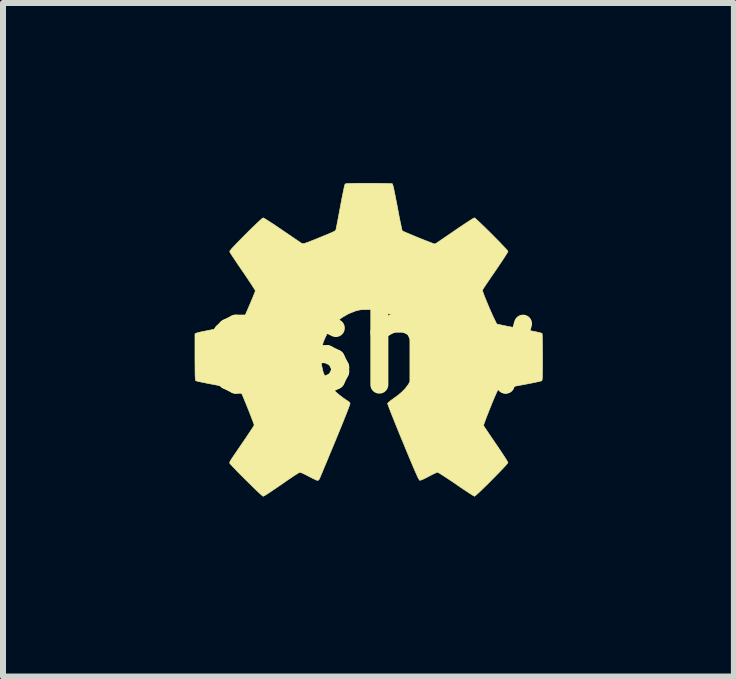
<source format=kicad_pcb>
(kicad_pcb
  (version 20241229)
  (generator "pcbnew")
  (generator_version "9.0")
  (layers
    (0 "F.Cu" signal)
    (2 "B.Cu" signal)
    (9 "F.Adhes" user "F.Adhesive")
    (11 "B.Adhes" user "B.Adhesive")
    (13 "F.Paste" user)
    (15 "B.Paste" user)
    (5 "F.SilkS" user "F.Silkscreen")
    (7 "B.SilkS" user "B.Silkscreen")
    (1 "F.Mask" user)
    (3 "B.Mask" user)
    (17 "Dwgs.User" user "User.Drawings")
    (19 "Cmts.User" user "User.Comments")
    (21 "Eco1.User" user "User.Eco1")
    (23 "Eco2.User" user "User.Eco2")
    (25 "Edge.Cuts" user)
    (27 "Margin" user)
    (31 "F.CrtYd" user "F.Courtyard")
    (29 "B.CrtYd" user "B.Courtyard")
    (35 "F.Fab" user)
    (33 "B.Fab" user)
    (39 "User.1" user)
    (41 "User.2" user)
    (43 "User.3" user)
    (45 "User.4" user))
  (footprint "oshw"
    (layer "F.Cu")
    (at 3.092 2.672)
    (property "Reference" "oshw" (at 0 0 0) (layer "F.SilkS") (effects (font (size 1.524 1.524) (thickness 0.3))))
    (attr through_hole)
    (fp_poly (pts (xy 0.089 -2.667) (xy 0.167 -2.666) (xy 0.238 -2.665) (xy 0.299 -2.664) (xy 0.347 -2.662) (xy 0.381 -2.661) (xy 0.397 -2.659) (xy 0.398 -2.659) (xy 0.403 -2.647) (xy 0.411 -2.618) (xy 0.422 -2.572) (xy 0.435 -2.51) (xy 0.45 -2.435) (xy 0.467 -2.348) (xy 0.483 -2.268) (xy 0.498 -2.183) (xy 0.513 -2.105) (xy 0.527 -2.035) (xy 0.54 -1.975) (xy 0.55 -1.927) (xy 0.557 -1.894) (xy 0.562 -1.877) (xy 0.563 -1.875) (xy 0.575 -1.869) (xy 0.602 -1.856) (xy 0.642 -1.839) (xy 0.691 -1.818) (xy 0.747 -1.795) (xy 0.807 -1.77) (xy 0.868 -1.745) (xy 0.928 -1.721) (xy 0.983 -1.7) (xy 1.032 -1.681) (xy 1.071 -1.666) (xy 1.098 -1.657) (xy 1.109 -1.655) (xy 1.109 -1.655) (xy 1.119 -1.661) (xy 1.144 -1.677) (xy 1.181 -1.702) (xy 1.228 -1.734) (xy 1.285 -1.773) (xy 1.348 -1.816) (xy 1.417 -1.863) (xy 1.434 -1.875) (xy 1.504 -1.923) (xy 1.57 -1.967) (xy 1.629 -2.006) (xy 1.679 -2.039) (xy 1.72 -2.065) (xy 1.749 -2.083) (xy 1.764 -2.09) (xy 1.766 -2.091) (xy 1.777 -2.084) (xy 1.799 -2.065) (xy 1.832 -2.035) (xy 1.872 -1.997) (xy 1.919 -1.952) (xy 1.97 -1.902) (xy 2.024 -1.849) (xy 2.078 -1.795) (xy 2.131 -1.741) (xy 2.182 -1.69) (xy 2.227 -1.642) (xy 2.266 -1.601) (xy 2.297 -1.568) (xy 2.317 -1.544) (xy 2.325 -1.531) (xy 2.325 -1.531) (xy 2.32 -1.519) (xy 2.304 -1.493) (xy 2.28 -1.455) (xy 2.249 -1.407) (xy 2.211 -1.35) (xy 2.168 -1.286) (xy 2.122 -1.218) (xy 2.119 -1.213) (xy 2.072 -1.145) (xy 2.028 -1.081) (xy 1.989 -1.023) (xy 1.955 -0.973) (xy 1.929 -0.934) (xy 1.911 -0.906) (xy 1.903 -0.893) (xy 1.903 -0.893) (xy 1.902 -0.884) (xy 1.904 -0.869) (xy 1.91 -0.846) (xy 1.922 -0.813) (xy 1.939 -0.769) (xy 1.962 -0.712) (xy 1.993 -0.639) (xy 2.009 -0.601) (xy 2.04 -0.529) (xy 2.069 -0.464) (xy 2.095 -0.409) (xy 2.116 -0.366) (xy 2.131 -0.336) (xy 2.141 -0.322) (xy 2.142 -0.321) (xy 2.155 -0.317) (xy 2.185 -0.311) (xy 2.23 -0.301) (xy 2.288 -0.289) (xy 2.355 -0.276) (xy 2.431 -0.261) (xy 2.513 -0.246) (xy 2.522 -0.244) (xy 2.616 -0.227) (xy 2.698 -0.21) (xy 2.768 -0.196) (xy 2.824 -0.184) (xy 2.864 -0.174) (xy 2.888 -0.167) (xy 2.893 -0.164) (xy 2.895 -0.152) (xy 2.897 -0.122) (xy 2.898 -0.077) (xy 2.899 -0.02) (xy 2.9 0.049) (xy 2.901 0.126) (xy 2.901 0.21) (xy 2.901 0.231) (xy 2.901 0.33) (xy 2.901 0.411) (xy 2.9 0.476) (xy 2.899 0.527) (xy 2.898 0.565) (xy 2.896 0.592) (xy 2.894 0.61) (xy 2.89 0.621) (xy 2.888 0.625) (xy 2.875 0.629) (xy 2.846 0.636) (xy 2.801 0.646) (xy 2.745 0.658) (xy 2.678 0.671) (xy 2.603 0.686) (xy 2.524 0.7) (xy 2.435 0.717) (xy 2.355 0.733) (xy 2.287 0.747) (xy 2.231 0.759) (xy 2.189 0.769) (xy 2.164 0.776) (xy 2.157 0.779) (xy 2.149 0.792) (xy 2.136 0.819) (xy 2.118 0.86) (xy 2.096 0.91) (xy 2.072 0.967) (xy 2.047 1.029) (xy 2.021 1.094) (xy 1.996 1.157) (xy 1.972 1.217) (xy 1.952 1.271) (xy 1.935 1.316) (xy 1.924 1.35) (xy 1.919 1.369) (xy 1.918 1.373) (xy 1.925 1.383) (xy 1.941 1.408) (xy 1.966 1.445) (xy 1.998 1.493) (xy 2.036 1.549) (xy 2.079 1.612) (xy 2.124 1.678) (xy 2.17 1.746) (xy 2.213 1.809) (xy 2.25 1.866) (xy 2.281 1.914) (xy 2.305 1.952) (xy 2.32 1.978) (xy 2.325 1.99) (xy 2.318 2) (xy 2.299 2.023) (xy 2.27 2.056) (xy 2.232 2.096) (xy 2.187 2.143) (xy 2.137 2.194) (xy 2.084 2.248) (xy 2.03 2.302) (xy 1.977 2.356) (xy 1.925 2.406) (xy 1.878 2.452) (xy 1.837 2.491) (xy 1.803 2.521) (xy 1.78 2.541) (xy 1.767 2.55) (xy 1.767 2.55) (xy 1.756 2.544) (xy 1.73 2.529) (xy 1.693 2.505) (xy 1.645 2.474) (xy 1.588 2.436) (xy 1.525 2.394) (xy 1.46 2.349) (xy 1.393 2.303) (xy 1.33 2.261) (xy 1.273 2.224) (xy 1.225 2.193) (xy 1.188 2.169) (xy 1.163 2.154) (xy 1.152 2.149) (xy 1.137 2.154) (xy 1.109 2.166) (xy 1.071 2.184) (xy 1.027 2.207) (xy 1.006 2.218) (xy 0.957 2.244) (xy 0.914 2.264) (xy 0.881 2.278) (xy 0.86 2.284) (xy 0.857 2.284) (xy 0.852 2.281) (xy 0.846 2.274) (xy 0.837 2.26) (xy 0.826 2.24) (xy 0.812 2.21) (xy 0.795 2.171) (xy 0.773 2.122) (xy 0.746 2.06) (xy 0.715 1.985) (xy 0.677 1.896) (xy 0.634 1.792) (xy 0.584 1.67) (xy 0.575 1.649) (xy 0.531 1.543) (xy 0.49 1.443) (xy 0.452 1.349) (xy 0.418 1.263) (xy 0.387 1.187) (xy 0.362 1.122) (xy 0.342 1.07) (xy 0.328 1.031) (xy 0.32 1.008) (xy 0.319 1.002) (xy 0.329 0.99) (xy 0.351 0.971) (xy 0.383 0.946) (xy 0.414 0.924) (xy 0.495 0.865) (xy 0.561 0.808) (xy 0.616 0.751) (xy 0.662 0.69) (xy 0.704 0.622) (xy 0.725 0.583) (xy 0.771 0.47) (xy 0.798 0.354) (xy 0.808 0.236) (xy 0.799 0.119) (xy 0.773 0.004) (xy 0.73 -0.107) (xy 0.67 -0.212) (xy 0.594 -0.308) (xy 0.588 -0.315) (xy 0.496 -0.398) (xy 0.394 -0.466) (xy 0.28 -0.52) (xy 0.224 -0.539) (xy 0.192 -0.548) (xy 0.162 -0.555) (xy 0.129 -0.559) (xy 0.087 -0.561) (xy 0.034 -0.562) (xy 0.005 -0.562) (xy -0.056 -0.561) (xy -0.102 -0.56) (xy -0.138 -0.557) (xy -0.169 -0.551) (xy -0.2 -0.543) (xy -0.215 -0.539) (xy -0.334 -0.492) (xy -0.442 -0.429) (xy -0.539 -0.352) (xy -0.621 -0.262) (xy -0.69 -0.158) (xy -0.709 -0.122) (xy -0.749 -0.032) (xy -0.775 0.053) (xy -0.789 0.141) (xy -0.793 0.234) (xy -0.783 0.36) (xy -0.756 0.479) (xy -0.71 0.591) (xy -0.647 0.696) (xy -0.569 0.788) (xy -0.534 0.821) (xy -0.489 0.859) (xy -0.439 0.898) (xy -0.39 0.933) (xy -0.349 0.96) (xy -0.344 0.963) (xy -0.321 0.98) (xy -0.308 0.999) (xy -0.307 1.001) (xy -0.31 1.014) (xy -0.32 1.044) (xy -0.337 1.09) (xy -0.36 1.151) (xy -0.39 1.226) (xy -0.425 1.314) (xy -0.466 1.414) (xy -0.511 1.525) (xy -0.556 1.634) (xy -0.599 1.738) (xy -0.641 1.837) (xy -0.679 1.93) (xy -0.714 2.014) (xy -0.746 2.089) (xy -0.772 2.153) (xy -0.794 2.204) (xy -0.809 2.241) (xy -0.819 2.262) (xy -0.821 2.267) (xy -0.836 2.282) (xy -0.85 2.286) (xy -0.864 2.282) (xy -0.893 2.269) (xy -0.931 2.251) (xy -0.976 2.228) (xy -0.997 2.217) (xy -1.054 2.187) (xy -1.099 2.166) (xy -1.131 2.154) (xy -1.146 2.152) (xy -1.16 2.158) (xy -1.187 2.174) (xy -1.226 2.199) (xy -1.272 2.229) (xy -1.325 2.265) (xy -1.358 2.287) (xy -1.448 2.35) (xy -1.524 2.402) (xy -1.586 2.444) (xy -1.636 2.478) (xy -1.675 2.504) (xy -1.705 2.523) (xy -1.727 2.537) (xy -1.743 2.545) (xy -1.752 2.549) (xy -1.757 2.55) (xy -1.767 2.543) (xy -1.789 2.524) (xy -1.822 2.494) (xy -1.864 2.455) (xy -1.913 2.407) (xy -1.968 2.354) (xy -2.027 2.295) (xy -2.039 2.284) (xy -2.099 2.224) (xy -2.154 2.168) (xy -2.203 2.118) (xy -2.245 2.074) (xy -2.278 2.039) (xy -2.3 2.015) (xy -2.311 2.002) (xy -2.311 2.001) (xy -2.313 1.995) (xy -2.313 1.989) (xy -2.312 1.982) (xy -2.307 1.971) (xy -2.299 1.955) (xy -2.285 1.933) (xy -2.265 1.903) (xy -2.238 1.863) (xy -2.203 1.812) (xy -2.16 1.748) (xy -2.106 1.669) (xy -2.101 1.662) (xy -2.055 1.595) (xy -2.014 1.534) (xy -1.977 1.478) (xy -1.946 1.432) (xy -1.923 1.395) (xy -1.909 1.372) (xy -1.905 1.362) (xy -1.909 1.35) (xy -1.918 1.322) (xy -1.934 1.28) (xy -1.954 1.228) (xy -1.978 1.166) (xy -2.005 1.098) (xy -2.019 1.064) (xy -2.053 0.979) (xy -2.081 0.912) (xy -2.103 0.859) (xy -2.121 0.82) (xy -2.135 0.794) (xy -2.145 0.778) (xy -2.153 0.771) (xy -2.167 0.768) (xy -2.198 0.761) (xy -2.244 0.751) (xy -2.302 0.74) (xy -2.37 0.727) (xy -2.445 0.713) (xy -2.519 0.699) (xy -2.599 0.684) (xy -2.674 0.67) (xy -2.74 0.656) (xy -2.796 0.645) (xy -2.839 0.635) (xy -2.867 0.628) (xy -2.878 0.624) (xy -2.882 0.618) (xy -2.885 0.605) (xy -2.887 0.583) (xy -2.889 0.551) (xy -2.89 0.507) (xy -2.891 0.449) (xy -2.891 0.376) (xy -2.892 0.286) (xy -2.892 0.229) (xy -2.892 -0.156) (xy -2.87 -0.169) (xy -2.855 -0.174) (xy -2.824 -0.182) (xy -2.778 -0.192) (xy -2.72 -0.204) (xy -2.651 -0.218) (xy -2.575 -0.233) (xy -2.493 -0.248) (xy -2.491 -0.248) (xy -2.41 -0.264) (xy -2.334 -0.278) (xy -2.267 -0.292) (xy -2.21 -0.304) (xy -2.165 -0.314) (xy -2.135 -0.321) (xy -2.122 -0.326) (xy -2.122 -0.326) (xy -2.115 -0.338) (xy -2.102 -0.365) (xy -2.084 -0.405) (xy -2.061 -0.454) (xy -2.036 -0.511) (xy -2.01 -0.571) (xy -1.983 -0.633) (xy -1.958 -0.693) (xy -1.934 -0.75) (xy -1.914 -0.799) (xy -1.898 -0.838) (xy -1.889 -0.865) (xy -1.885 -0.876) (xy -1.891 -0.887) (xy -1.906 -0.913) (xy -1.93 -0.95) (xy -1.962 -0.999) (xy -2 -1.056) (xy -2.042 -1.119) (xy -2.089 -1.188) (xy -2.097 -1.199) (xy -2.144 -1.268) (xy -2.188 -1.333) (xy -2.227 -1.392) (xy -2.261 -1.442) (xy -2.287 -1.482) (xy -2.305 -1.511) (xy -2.313 -1.525) (xy -2.313 -1.526) (xy -2.311 -1.534) (xy -2.303 -1.547) (xy -2.288 -1.567) (xy -2.264 -1.594) (xy -2.23 -1.63) (xy -2.185 -1.677) (xy -2.129 -1.734) (xy -2.06 -1.804) (xy -2.046 -1.818) (xy -1.977 -1.887) (xy -1.915 -1.947) (xy -1.861 -1.999) (xy -1.818 -2.039) (xy -1.785 -2.069) (xy -1.763 -2.086) (xy -1.755 -2.091) (xy -1.743 -2.085) (xy -1.717 -2.07) (xy -1.679 -2.046) (xy -1.63 -2.014) (xy -1.572 -1.977) (xy -1.509 -1.934) (xy -1.44 -1.887) (xy -1.433 -1.882) (xy -1.363 -1.835) (xy -1.298 -1.791) (xy -1.24 -1.751) (xy -1.19 -1.717) (xy -1.15 -1.69) (xy -1.122 -1.671) (xy -1.108 -1.663) (xy -1.107 -1.662) (xy -1.098 -1.66) (xy -1.086 -1.66) (xy -1.067 -1.664) (xy -1.04 -1.673) (xy -1.003 -1.686) (xy -0.953 -1.706) (xy -0.889 -1.731) (xy -0.843 -1.75) (xy -0.763 -1.783) (xy -0.698 -1.809) (xy -0.649 -1.83) (xy -0.611 -1.846) (xy -0.584 -1.859) (xy -0.566 -1.869) (xy -0.554 -1.876) (xy -0.548 -1.883) (xy -0.544 -1.89) (xy -0.542 -1.895) (xy -0.539 -1.908) (xy -0.533 -1.939) (xy -0.524 -1.984) (xy -0.513 -2.042) (xy -0.5 -2.11) (xy -0.486 -2.186) (xy -0.47 -2.268) (xy -0.469 -2.277) (xy -0.453 -2.359) (xy -0.439 -2.435) (xy -0.425 -2.503) (xy -0.413 -2.561) (xy -0.403 -2.607) (xy -0.395 -2.638) (xy -0.39 -2.653) (xy -0.39 -2.653) (xy -0.384 -2.657) (xy -0.372 -2.66) (xy -0.352 -2.662) (xy -0.322 -2.664) (xy -0.28 -2.665) (xy -0.226 -2.666) (xy -0.156 -2.667) (xy -0.07 -2.667) (xy 0.004 -2.667) (xy 0.089 -2.667)) (stroke (width 0.01) (type solid)) (fill yes) (layer "F.SilkS")))
  (gr_rect
    (start -3 -3)
    (end 9.183 8.227)
    (stroke (width 0.1) (type default))
    (fill no)
    (layer "Edge.Cuts")))
</source>
